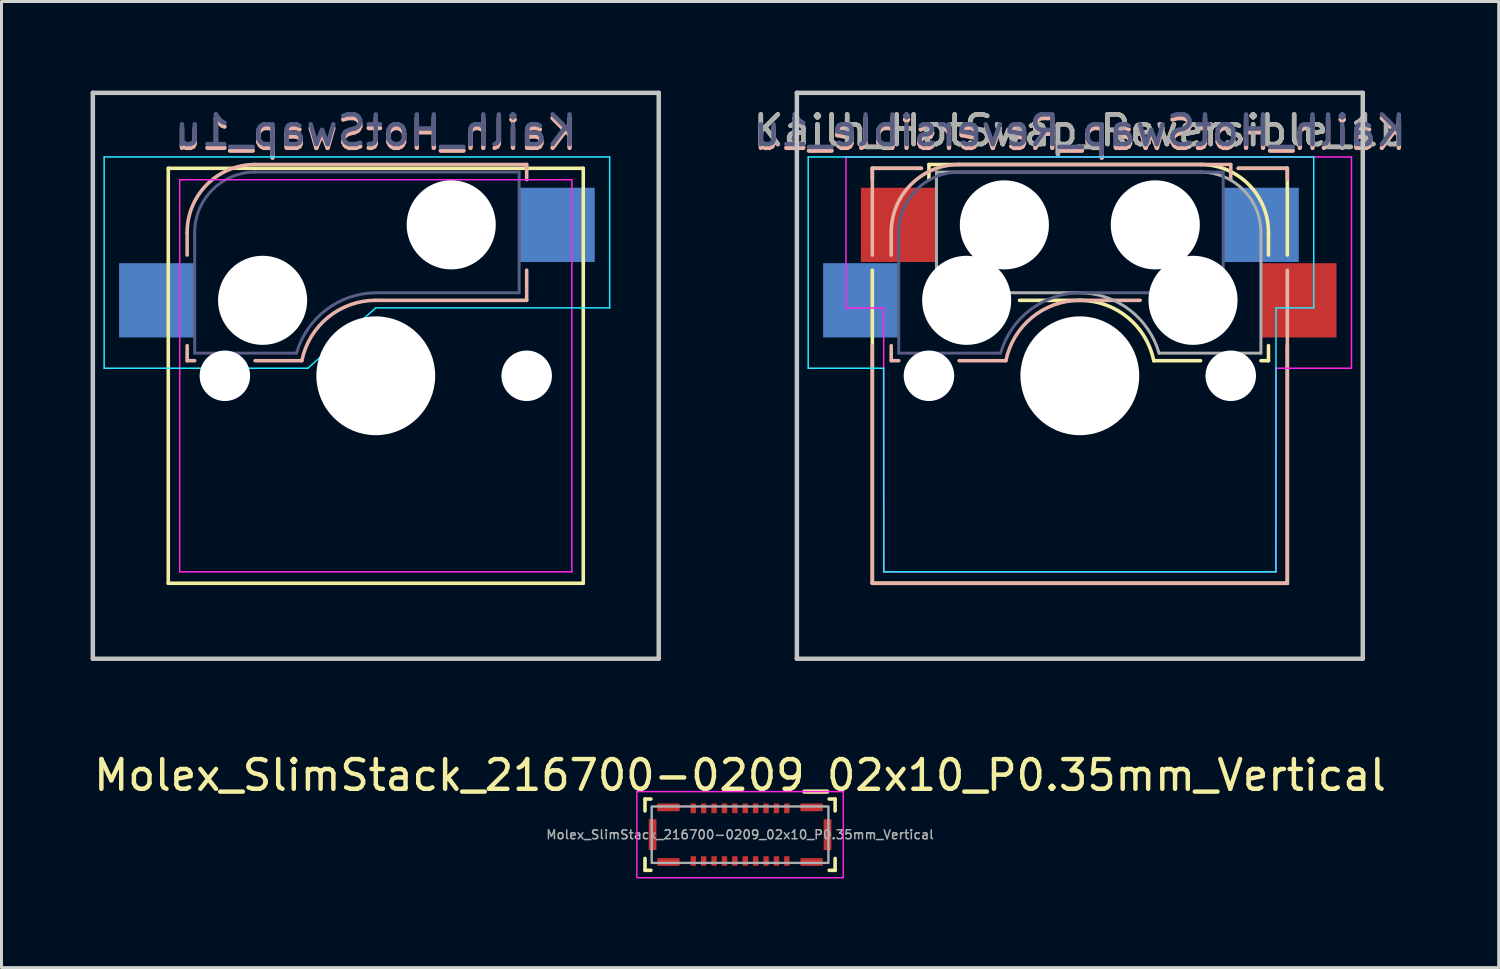
<source format=kicad_pcb>
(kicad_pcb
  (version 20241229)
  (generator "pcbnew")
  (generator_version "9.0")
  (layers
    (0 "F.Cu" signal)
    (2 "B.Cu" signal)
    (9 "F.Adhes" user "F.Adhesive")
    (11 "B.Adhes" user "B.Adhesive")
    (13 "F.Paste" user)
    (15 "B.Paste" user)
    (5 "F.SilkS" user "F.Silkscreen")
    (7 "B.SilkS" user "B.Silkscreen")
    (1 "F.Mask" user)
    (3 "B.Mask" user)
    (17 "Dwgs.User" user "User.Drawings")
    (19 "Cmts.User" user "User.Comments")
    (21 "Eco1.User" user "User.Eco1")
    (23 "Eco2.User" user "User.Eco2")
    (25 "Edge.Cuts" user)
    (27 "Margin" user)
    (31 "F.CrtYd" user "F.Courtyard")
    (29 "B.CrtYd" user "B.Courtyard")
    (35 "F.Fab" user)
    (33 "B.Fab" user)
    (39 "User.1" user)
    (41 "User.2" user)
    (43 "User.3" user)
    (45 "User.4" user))
  (footprint "Kailh_HotSwap_1u"
    (layer "F.Cu")
    (at 9.6 9.6)
    (property "Reference" "Kailh_HotSwap_1u" (at 0 -8.128 0) (unlocked yes) (layer "B.SilkS") (effects (font (size 1 1) (thickness 0.15)) (justify mirror)))
    (attr smd)
    (fp_line (start -6.985 -6.985) (end 6.985 -6.985) (stroke (width 0.12) (type solid)) (layer "F.SilkS"))
    (fp_line (start -6.985 6.985) (end -6.985 -6.985) (stroke (width 0.12) (type solid)) (layer "F.SilkS"))
    (fp_line (start 6.985 -6.985) (end 6.985 6.985) (stroke (width 0.12) (type solid)) (layer "F.SilkS"))
    (fp_line (start 6.985 6.985) (end -6.985 6.985) (stroke (width 0.12) (type solid)) (layer "F.SilkS"))
    (fp_line (start -6.35 -4.826) (end -6.35 -4.064) (stroke (width 0.12) (type solid)) (layer "B.SilkS"))
    (fp_line (start -6.35 -1.016) (end -6.35 -0.508) (stroke (width 0.12) (type solid)) (layer "B.SilkS"))
    (fp_line (start -6.35 -0.508) (end -6.096 -0.508) (stroke (width 0.12) (type solid)) (layer "B.SilkS"))
    (fp_line (start -4.064 -0.508) (end -2.489 -0.508) (stroke (width 0.12) (type solid)) (layer "B.SilkS"))
    (fp_line (start 0 -2.54) (end 5.08 -2.54) (stroke (width 0.12) (type solid)) (layer "B.SilkS"))
    (fp_line (start 5.08 -7.112) (end -4.064 -7.112) (stroke (width 0.12) (type solid)) (layer "B.SilkS"))
    (fp_line (start 5.08 -6.604) (end 5.08 -7.112) (stroke (width 0.12) (type solid)) (layer "B.SilkS"))
    (fp_line (start 5.08 -2.54) (end 5.08 -3.556) (stroke (width 0.12) (type solid)) (layer "B.SilkS"))
    (fp_arc (start -6.35 -4.826) (mid -5.680446 -6.442446) (end -4.064 -7.112) (stroke (width 0.12) (type solid)) (layer "B.SilkS"))
    (fp_arc (start -2.489199 -0.508) (mid -1.606798 -1.967836) (end 0 -2.540507) (stroke (width 0.12) (type solid)) (layer "B.SilkS"))
    (fp_line (start -9.525 -9.525) (end 9.525 -9.525) (stroke (width 0.15) (type solid)) (layer "Dwgs.User"))
    (fp_line (start -9.525 9.525) (end -9.525 -9.525) (stroke (width 0.15) (type solid)) (layer "Dwgs.User"))
    (fp_line (start 9.525 -9.525) (end 9.525 9.525) (stroke (width 0.15) (type solid)) (layer "Dwgs.User"))
    (fp_line (start 9.525 9.525) (end -9.525 9.525) (stroke (width 0.15) (type solid)) (layer "Dwgs.User"))
    (fp_line (start -9.144 -7.366) (end 7.874 -7.366) (stroke (width 0.05) (type solid)) (layer "B.CrtYd"))
    (fp_line (start -9.144 -0.254) (end -9.144 -7.366) (stroke (width 0.05) (type solid)) (layer "B.CrtYd"))
    (fp_line (start -2.286 -0.254) (end -9.144 -0.254) (stroke (width 0.05) (type solid)) (layer "B.CrtYd"))
    (fp_line (start 0 -2.286) (end -2.286 -0.254) (stroke (width 0.05) (type solid)) (layer "B.CrtYd"))
    (fp_line (start 7.874 -7.366) (end 7.874 -2.286) (stroke (width 0.05) (type solid)) (layer "B.CrtYd"))
    (fp_line (start 7.874 -2.286) (end 0 -2.286) (stroke (width 0.05) (type solid)) (layer "B.CrtYd"))
    (fp_line (start -6.6 -6.6) (end 6.6 -6.6) (stroke (width 0.05) (type solid)) (layer "F.CrtYd"))
    (fp_line (start -6.6 6.6) (end -6.6 -6.6) (stroke (width 0.05) (type solid)) (layer "F.CrtYd"))
    (fp_line (start 6.6 -6.6) (end 6.6 6.6) (stroke (width 0.05) (type solid)) (layer "F.CrtYd"))
    (fp_line (start 6.6 6.6) (end -6.6 6.6) (stroke (width 0.05) (type solid)) (layer "F.CrtYd"))
    (fp_line (start -6.096 -0.762) (end -6.096 -4.826) (stroke (width 0.1) (type solid)) (layer "B.Fab"))
    (fp_line (start -6.096 -0.762) (end -2.667 -0.762) (stroke (width 0.1) (type solid)) (layer "B.Fab"))
    (fp_line (start 4.826 -6.858) (end -4.064 -6.858) (stroke (width 0.1) (type solid)) (layer "B.Fab"))
    (fp_line (start 4.826 -6.858) (end 4.826 -2.794) (stroke (width 0.1) (type solid)) (layer "B.Fab"))
    (fp_line (start 4.826 -2.794) (end 0 -2.794) (stroke (width 0.1) (type solid)) (layer "B.Fab"))
    (fp_arc (start -6.096 -4.826) (mid -5.500841 -6.262841) (end -4.064 -6.858) (stroke (width 0.1) (type solid)) (layer "B.Fab"))
    (fp_arc (start -2.666999 -0.762) (mid -1.670992 -2.220958) (end 0 -2.794) (stroke (width 0.1) (type solid)) (layer "B.Fab"))
    (fp_text user "${REFERENCE}" (at 0 -8.255 0) (layer "B.Fab") (effects (font (size 1 1) (thickness 0.15)) (justify mirror)))
    (pad "" np_thru_hole circle (at -5.08 0) (size 1.7 1.7) (drill 1.7) (layers "*.Cu" "*.Mask"))
    (pad "" np_thru_hole circle (at -3.81 -2.54) (size 3 3) (drill 3) (layers "*.Cu" "*.Mask"))
    (pad "" np_thru_hole circle (at 0 0) (size 4 4) (drill 4) (layers "*.Cu" "*.Mask"))
    (pad "" np_thru_hole circle (at 2.54 -5.08) (size 3 3) (drill 3) (layers "*.Cu" "*.Mask"))
    (pad "" np_thru_hole circle (at 5.08 0) (size 1.7 1.7) (drill 1.7) (layers "*.Cu" "*.Mask"))
    (pad "1" smd rect (at 6.096 -5.08) (size 2.55 2.5) (layers "B.Cu" "B.Mask" "B.Paste"))
    (pad "2" smd rect (at -7.366 -2.54) (size 2.55 2.5) (layers "B.Cu" "B.Mask" "B.Paste")))
  (footprint "Kailh_HotSwap_Reversible_1u"
    (layer "F.Cu")
    (at 33.301 9.6)
    (property "Reference" "Kailh_HotSwap_Reversible_1u" (at 0 -8.128 0) (unlocked yes) (layer "B.SilkS") (effects (font (size 1 1) (thickness 0.15)) (justify mirror)))
    (attr smd)
    (fp_line (start -6.985 -6.985) (end -6.985 -6.604) (stroke (width 0.12) (type solid)) (layer "F.SilkS"))
    (fp_line (start -6.985 -6.985) (end -5.334 -6.985) (stroke (width 0.12) (type solid)) (layer "F.SilkS"))
    (fp_line (start -6.985 6.985) (end -6.985 -3.556) (stroke (width 0.12) (type solid)) (layer "F.SilkS"))
    (fp_line (start -5.08 -7.112) (end 4.064 -7.112) (stroke (width 0.12) (type solid)) (layer "F.SilkS"))
    (fp_line (start -5.08 -6.604) (end -5.08 -7.112) (stroke (width 0.12) (type solid)) (layer "F.SilkS"))
    (fp_line (start 0 -2.54) (end -2.032 -2.54) (stroke (width 0.12) (type solid)) (layer "F.SilkS"))
    (fp_line (start 4.064 -0.508) (end 2.489 -0.508) (stroke (width 0.12) (type solid)) (layer "F.SilkS"))
    (fp_line (start 6.35 -4.826) (end 6.35 -4.064) (stroke (width 0.12) (type solid)) (layer "F.SilkS"))
    (fp_line (start 6.35 -1.016) (end 6.35 -0.508) (stroke (width 0.12) (type solid)) (layer "F.SilkS"))
    (fp_line (start 6.35 -0.508) (end 6.096 -0.508) (stroke (width 0.12) (type solid)) (layer "F.SilkS"))
    (fp_line (start 6.985 -6.985) (end 5.334 -6.985) (stroke (width 0.12) (type solid)) (layer "F.SilkS"))
    (fp_line (start 6.985 -6.985) (end 6.985 -4.064) (stroke (width 0.12) (type solid)) (layer "F.SilkS"))
    (fp_line (start 6.985 -1.016) (end 6.985 6.985) (stroke (width 0.12) (type solid)) (layer "F.SilkS"))
    (fp_line (start 6.985 6.985) (end -6.985 6.985) (stroke (width 0.12) (type solid)) (layer "F.SilkS"))
    (fp_arc (start 0 -2.540507) (mid 1.606798 -1.967836) (end 2.489199 -0.508) (stroke (width 0.12) (type solid)) (layer "F.SilkS"))
    (fp_arc (start 4.064 -7.112) (mid 5.680446 -6.442446) (end 6.35 -4.826) (stroke (width 0.12) (type solid)) (layer "F.SilkS"))
    (fp_line (start -6.985 -6.985) (end -6.985 -4.064) (stroke (width 0.12) (type solid)) (layer "B.SilkS"))
    (fp_line (start -6.985 -1.016) (end -6.985 6.985) (stroke (width 0.12) (type solid)) (layer "B.SilkS"))
    (fp_line (start -6.985 -6.985) (end -5.334 -6.985) (stroke (width 0.12) (type solid)) (layer "B.SilkS"))
    (fp_line (start -6.985 6.985) (end 6.985 6.985) (stroke (width 0.12) (type solid)) (layer "B.SilkS"))
    (fp_line (start -6.35 -4.826) (end -6.35 -4.064) (stroke (width 0.12) (type solid)) (layer "B.SilkS"))
    (fp_line (start -6.35 -1.016) (end -6.35 -0.508) (stroke (width 0.12) (type solid)) (layer "B.SilkS"))
    (fp_line (start -6.35 -0.508) (end -6.096 -0.508) (stroke (width 0.12) (type solid)) (layer "B.SilkS"))
    (fp_line (start -4.064 -0.508) (end -2.489 -0.508) (stroke (width 0.12) (type solid)) (layer "B.SilkS"))
    (fp_line (start 0.000001 -2.54) (end 2.032 -2.54) (stroke (width 0.12) (type solid)) (layer "B.SilkS"))
    (fp_line (start 5.08 -7.112) (end -4.064 -7.112) (stroke (width 0.12) (type solid)) (layer "B.SilkS"))
    (fp_line (start 5.08 -6.604) (end 5.08 -7.112) (stroke (width 0.12) (type solid)) (layer "B.SilkS"))
    (fp_line (start 6.985 -6.985) (end 6.985 -6.604) (stroke (width 0.12) (type solid)) (layer "B.SilkS"))
    (fp_line (start 6.985 6.985) (end 6.985 -3.556) (stroke (width 0.12) (type solid)) (layer "B.SilkS"))
    (fp_line (start 6.985 -6.985) (end 5.334 -6.985) (stroke (width 0.12) (type solid)) (layer "B.SilkS"))
    (fp_arc (start -6.349999 -4.825998) (mid -5.680446 -6.442445) (end -4.063999 -7.111998) (stroke (width 0.12) (type solid)) (layer "B.SilkS"))
    (fp_arc (start -2.489198 -0.507998) (mid -1.606797 -1.967834) (end 0.000001 -2.540505) (stroke (width 0.12) (type solid)) (layer "B.SilkS"))
    (fp_line (start -9.525 -9.525) (end 9.525 -9.525) (stroke (width 0.15) (type solid)) (layer "Dwgs.User"))
    (fp_line (start -9.525 9.525) (end -9.525 -9.525) (stroke (width 0.15) (type solid)) (layer "Dwgs.User"))
    (fp_line (start 9.525 -9.525) (end 9.525 9.525) (stroke (width 0.15) (type solid)) (layer "Dwgs.User"))
    (fp_line (start 9.525 9.525) (end -9.525 9.525) (stroke (width 0.15) (type solid)) (layer "Dwgs.User"))
    (fp_line (start -9.144 -7.366) (end 7.874 -7.366) (stroke (width 0.05) (type solid)) (layer "B.CrtYd"))
    (fp_line (start -9.144 -0.254) (end -9.144 -7.366) (stroke (width 0.05) (type solid)) (layer "B.CrtYd"))
    (fp_line (start -6.604 -0.254) (end -9.144 -0.254) (stroke (width 0.05) (type solid)) (layer "B.CrtYd"))
    (fp_line (start -6.604 -0.254) (end -6.6 6.6) (stroke (width 0.05) (type solid)) (layer "B.CrtYd"))
    (fp_line (start -6.6 6.6) (end 6.6 6.6) (stroke (width 0.05) (type solid)) (layer "B.CrtYd"))
    (fp_line (start 6.6 6.6) (end 6.604 -2.286) (stroke (width 0.05) (type solid)) (layer "B.CrtYd"))
    (fp_line (start 7.874 -7.366) (end 7.874 -2.286) (stroke (width 0.05) (type solid)) (layer "B.CrtYd"))
    (fp_line (start 7.874 -2.286) (end 6.604 -2.286) (stroke (width 0.05) (type solid)) (layer "B.CrtYd"))
    (fp_line (start -7.874 -7.366) (end -7.874 -2.286) (stroke (width 0.05) (type solid)) (layer "F.CrtYd"))
    (fp_line (start -7.874 -2.286) (end -6.604 -2.286) (stroke (width 0.05) (type solid)) (layer "F.CrtYd"))
    (fp_line (start -6.6 6.6) (end -6.604 -2.286) (stroke (width 0.05) (type solid)) (layer "F.CrtYd"))
    (fp_line (start 6.6 6.6) (end -6.6 6.6) (stroke (width 0.05) (type solid)) (layer "F.CrtYd"))
    (fp_line (start 6.604 -0.254) (end 6.6 6.6) (stroke (width 0.05) (type solid)) (layer "F.CrtYd"))
    (fp_line (start 6.604 -0.254) (end 9.144 -0.254) (stroke (width 0.05) (type solid)) (layer "F.CrtYd"))
    (fp_line (start 9.144 -7.366) (end -7.874 -7.366) (stroke (width 0.05) (type solid)) (layer "F.CrtYd"))
    (fp_line (start 9.144 -0.254) (end 9.144 -7.366) (stroke (width 0.05) (type solid)) (layer "F.CrtYd"))
    (fp_line (start -6.096 -0.762) (end -6.096 -4.826) (stroke (width 0.1) (type solid)) (layer "B.Fab"))
    (fp_line (start -6.096 -0.762) (end -2.667 -0.762) (stroke (width 0.1) (type solid)) (layer "B.Fab"))
    (fp_line (start 4.826 -6.858) (end -4.064 -6.858) (stroke (width 0.1) (type solid)) (layer "B.Fab"))
    (fp_line (start 4.826 -6.858) (end 4.826 -2.794) (stroke (width 0.1) (type solid)) (layer "B.Fab"))
    (fp_line (start 4.826 -2.794) (end 0.000001 -2.794) (stroke (width 0.1) (type solid)) (layer "B.Fab"))
    (fp_arc (start -6.095999 -4.825998) (mid -5.500841 -6.26284) (end -4.063999 -6.857998) (stroke (width 0.1) (type solid)) (layer "B.Fab"))
    (fp_arc (start -2.666998 -0.761998) (mid -1.670991 -2.220956) (end 0.000001 -2.793998) (stroke (width 0.1) (type solid)) (layer "B.Fab"))
    (fp_line (start -4.826 -6.858) (end -4.826 -2.794) (stroke (width 0.1) (type solid)) (layer "F.Fab"))
    (fp_line (start -4.826 -6.858) (end 4.064 -6.858) (stroke (width 0.1) (type solid)) (layer "F.Fab"))
    (fp_line (start -4.826 -2.794) (end 0 -2.794) (stroke (width 0.1) (type solid)) (layer "F.Fab"))
    (fp_line (start 6.096 -0.762) (end 2.667 -0.762) (stroke (width 0.1) (type solid)) (layer "F.Fab"))
    (fp_line (start 6.096 -0.762) (end 6.096 -4.826) (stroke (width 0.1) (type solid)) (layer "F.Fab"))
    (fp_arc (start 0 -2.794) (mid 1.670992 -2.220958) (end 2.666999 -0.762) (stroke (width 0.1) (type solid)) (layer "F.Fab"))
    (fp_arc (start 4.064 -6.858) (mid 5.500841 -6.262841) (end 6.096 -4.826) (stroke (width 0.1) (type solid)) (layer "F.Fab"))
    (fp_text user "${REFERENCE}" (at 0 -8.255 0) (layer "F.SilkS") (effects (font (size 1 1) (thickness 0.15))))
    (fp_text user "${REFERENCE}" (at 0.000001 -8.255 0) (layer "B.Fab") (effects (font (size 1 1) (thickness 0.15)) (justify mirror)))
    (fp_text user "${REFERENCE}" (at 0 -8.255 0) (layer "F.Fab") (effects (font (size 1 1) (thickness 0.15))))
    (pad "" np_thru_hole circle (at -5.08 0) (size 1.7 1.7) (drill 1.7) (layers "*.Cu" "*.Mask"))
    (pad "" np_thru_hole circle (at -3.81 -2.54) (size 3 3) (drill 3) (layers "*.Cu" "*.Mask"))
    (pad "" np_thru_hole circle (at -2.54 -5.08) (size 3 3) (drill 3) (layers "*.Cu" "*.Mask"))
    (pad "" np_thru_hole circle (at 0 0) (size 4 4) (drill 4) (layers "*.Cu" "*.Mask"))
    (pad "" np_thru_hole circle (at 2.54 -5.08) (size 3 3) (drill 3) (layers "*.Cu" "*.Mask"))
    (pad "" np_thru_hole circle (at 3.81 -2.54) (size 3 3) (drill 3) (layers "*.Cu" "*.Mask"))
    (pad "" np_thru_hole circle (at 5.08 0) (size 1.7 1.7) (drill 1.7) (layers "*.Cu" "*.Mask"))
    (pad "1" smd rect (at -7.366 -2.54) (size 2.55 2.5) (layers "B.Cu" "B.Mask" "B.Paste"))
    (pad "1" smd rect (at -6.096 -5.08) (size 2.55 2.5) (layers "F.Cu" "F.Mask" "F.Paste"))
    (pad "2" smd rect (at 6.096 -5.08) (size 2.55 2.5) (layers "B.Cu" "B.Mask" "B.Paste"))
    (pad "2" smd rect (at 7.366 -2.54) (size 2.55 2.5) (layers "F.Cu" "F.Mask" "F.Paste")))
  (footprint "Molex_SlimStack_216700-0209_02x10_P0.35mm_Vertical"
    (layer "F.Cu")
    (at 21.863 25.048)
    (property "Reference" "Molex_SlimStack_216700-0209_02x10_P0.35mm_Vertical" (at 0 -2 0) (unlocked yes) (layer "F.SilkS") (effects (font (size 1 1) (thickness 0.15))))
    (attr smd)
    (fp_line (start -3.2 -1.2) (end -3 -1.2) (stroke (width 0.12) (type solid)) (layer "F.SilkS"))
    (fp_line (start -3.2 -0.8) (end -3.2 -1.2) (stroke (width 0.12) (type solid)) (layer "F.SilkS"))
    (fp_line (start -3.2 0.8) (end -3.2 1.2) (stroke (width 0.12) (type solid)) (layer "F.SilkS"))
    (fp_line (start -3.2 1.2) (end -3 1.2) (stroke (width 0.12) (type solid)) (layer "F.SilkS"))
    (fp_line (start 3.2 -1.2) (end 3 -1.2) (stroke (width 0.12) (type solid)) (layer "F.SilkS"))
    (fp_line (start 3.2 -0.8) (end 3.2 -1.2) (stroke (width 0.12) (type solid)) (layer "F.SilkS"))
    (fp_line (start 3.2 0.8) (end 3.2 1.2) (stroke (width 0.12) (type solid)) (layer "F.SilkS"))
    (fp_line (start 3.2 1.2) (end 3 1.2) (stroke (width 0.12) (type solid)) (layer "F.SilkS"))
    (fp_rect (start -3.475 -1.45) (end 3.475 1.45) (stroke (width 0.05) (type solid)) (fill no) (layer "F.CrtYd"))
    (fp_rect (start -2.975 -0.95) (end 2.975 0.95) (stroke (width 0.08) (type solid)) (fill no) (layer "F.Fab"))
    (fp_text user "${REFERENCE}" (at 0 0 0) (unlocked yes) (layer "F.Fab") (effects (font (size 0.3 0.3) (thickness 0.05))))
    (pad "" smd rect (at -2.945 0) (size 0.26 1.04) (layers "F.Cu" "F.Mask" "F.Paste"))
    (pad "" smd rect (at -2.41 -0.92) (size 0.75 0.26) (layers "F.Cu" "F.Mask" "F.Paste"))
    (pad "" smd rect (at -2.41 0.92) (size 0.75 0.26) (layers "F.Cu" "F.Mask" "F.Paste"))
    (pad "" smd rect (at 2.41 -0.92) (size 0.75 0.26) (layers "F.Cu" "F.Mask" "F.Paste"))
    (pad "" smd rect (at 2.41 0.92) (size 0.75 0.26) (layers "F.Cu" "F.Mask" "F.Paste"))
    (pad "" smd rect (at 2.945 0) (size 0.26 1.04) (layers "F.Cu" "F.Mask" "F.Paste"))
    (pad "1" smd rect (at 1.575 -0.887) (size 0.18 0.325) (layers "F.Cu" "F.Mask" "F.Paste"))
    (pad "2" smd rect (at 1.575 0.887) (size 0.18 0.325) (layers "F.Cu" "F.Mask" "F.Paste"))
    (pad "3" smd rect (at 1.225 -0.887) (size 0.18 0.325) (layers "F.Cu" "F.Mask" "F.Paste"))
    (pad "4" smd rect (at 1.225 0.887) (size 0.18 0.325) (layers "F.Cu" "F.Mask" "F.Paste"))
    (pad "5" smd rect (at 0.875 -0.887) (size 0.18 0.325) (layers "F.Cu" "F.Mask" "F.Paste"))
    (pad "6" smd rect (at 0.875 0.887) (size 0.18 0.325) (layers "F.Cu" "F.Mask" "F.Paste"))
    (pad "7" smd rect (at 0.525 -0.887) (size 0.18 0.325) (layers "F.Cu" "F.Mask" "F.Paste"))
    (pad "8" smd rect (at 0.525 0.887) (size 0.18 0.325) (layers "F.Cu" "F.Mask" "F.Paste"))
    (pad "9" smd rect (at 0.175 -0.887) (size 0.18 0.325) (layers "F.Cu" "F.Mask" "F.Paste"))
    (pad "10" smd rect (at 0.175 0.887) (size 0.18 0.325) (layers "F.Cu" "F.Mask" "F.Paste"))
    (pad "11" smd rect (at -0.175 -0.887) (size 0.18 0.325) (layers "F.Cu" "F.Mask" "F.Paste"))
    (pad "12" smd rect (at -0.175 0.887) (size 0.18 0.325) (layers "F.Cu" "F.Mask" "F.Paste"))
    (pad "13" smd rect (at -0.525 -0.887) (size 0.18 0.325) (layers "F.Cu" "F.Mask" "F.Paste"))
    (pad "14" smd rect (at -0.525 0.887) (size 0.18 0.325) (layers "F.Cu" "F.Mask" "F.Paste"))
    (pad "15" smd rect (at -0.875 -0.887) (size 0.18 0.325) (layers "F.Cu" "F.Mask" "F.Paste"))
    (pad "16" smd rect (at -0.875 0.887) (size 0.18 0.325) (layers "F.Cu" "F.Mask" "F.Paste"))
    (pad "17" smd rect (at -1.225 -0.887) (size 0.18 0.325) (layers "F.Cu" "F.Mask" "F.Paste"))
    (pad "18" smd rect (at -1.225 0.887) (size 0.18 0.325) (layers "F.Cu" "F.Mask" "F.Paste"))
    (pad "19" smd rect (at -1.575 -0.887) (size 0.18 0.325) (layers "F.Cu" "F.Mask" "F.Paste"))
    (pad "20" smd rect (at -1.575 0.887) (size 0.18 0.325) (layers "F.Cu" "F.Mask" "F.Paste"))
    (zone (net_name "") (layer "F.Cu") (name "Solder Prohibited") (hatch edge 0.508) (connect_pads) (min_thickness 0.254) (filled_areas_thickness no) (keepout (tracks allowed) (vias not_allowed) (pads not_allowed) (copperpour allowed) (footprints allowed)) (placement (enabled no)) (fill) (polygon (pts (xy 19.893 25.268) (xy 19.213 25.268) (xy 19.213 24.828) (xy 19.893 24.828))))
    (zone (net_name "") (layer "F.Cu") (name "Solder Prohibited") (hatch edge 0.508) (connect_pads) (min_thickness 0.254) (filled_areas_thickness no) (keepout (tracks allowed) (vias not_allowed) (pads not_allowed) (copperpour allowed) (footprints allowed)) (placement (enabled no)) (fill) (polygon (pts (xy 24.493 25.268) (xy 23.813 25.268) (xy 23.813 24.828) (xy 24.493 24.828))))
    (zone (net_name "") (layers "F.Cu" "F.Fab") (name "Solder Prohibited") (hatch edge 0.508) (connect_pads) (min_thickness 0.254) (filled_areas_thickness no) (keepout (tracks allowed) (vias not_allowed) (pads not_allowed) (copperpour allowed) (footprints allowed)) (placement (enabled no)) (fill) (polygon (pts (xy 23.583 24.998) (xy 20.143 24.998) (xy 20.143 24.328) (xy 23.583 24.328))))
    (zone (net_name "") (layers "F.Cu" "F.Fab") (name "Solder Prohibited") (hatch edge 0.508) (connect_pads) (min_thickness 0.254) (filled_areas_thickness no) (keepout (tracks allowed) (vias not_allowed) (pads not_allowed) (copperpour allowed) (footprints allowed)) (placement (enabled no)) (fill) (polygon (pts (xy 23.583 25.768) (xy 20.143 25.768) (xy 20.143 25.098) (xy 23.583 25.098)))))
  (gr_rect
    (start -3 -3)
    (end 47.402 29.523)
    (stroke (width 0.1) (type default))
    (fill no)
    (layer "Edge.Cuts")))
</source>
